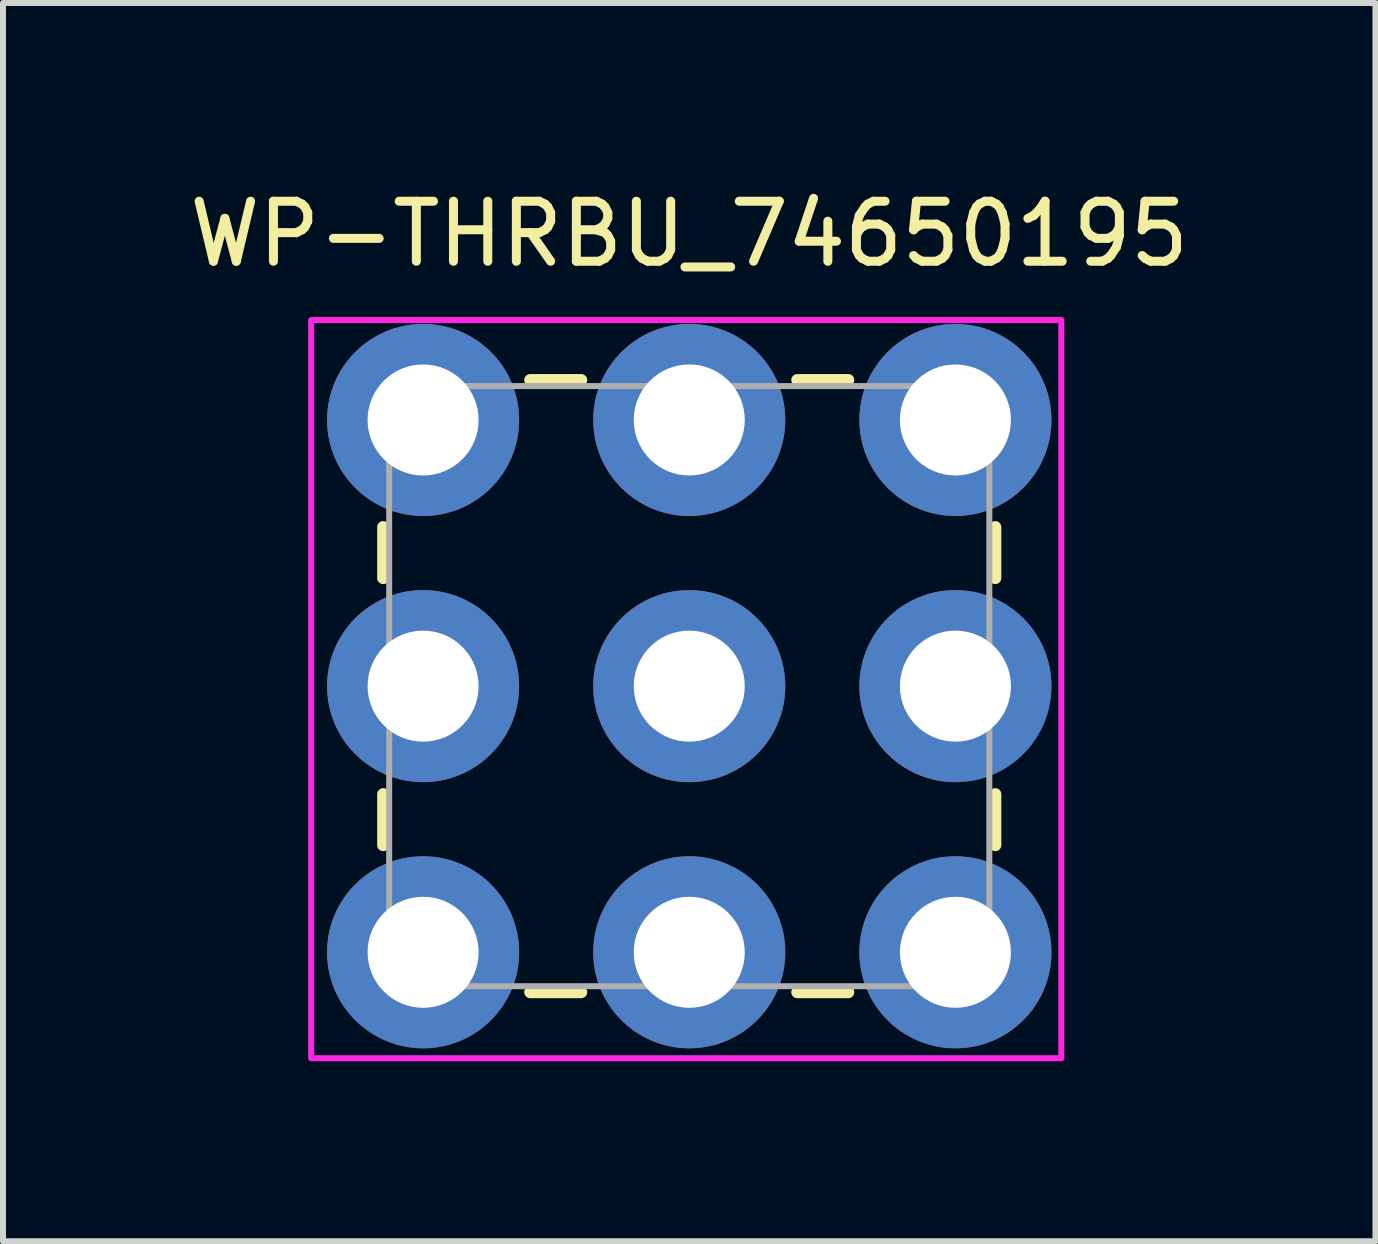
<source format=kicad_pcb>
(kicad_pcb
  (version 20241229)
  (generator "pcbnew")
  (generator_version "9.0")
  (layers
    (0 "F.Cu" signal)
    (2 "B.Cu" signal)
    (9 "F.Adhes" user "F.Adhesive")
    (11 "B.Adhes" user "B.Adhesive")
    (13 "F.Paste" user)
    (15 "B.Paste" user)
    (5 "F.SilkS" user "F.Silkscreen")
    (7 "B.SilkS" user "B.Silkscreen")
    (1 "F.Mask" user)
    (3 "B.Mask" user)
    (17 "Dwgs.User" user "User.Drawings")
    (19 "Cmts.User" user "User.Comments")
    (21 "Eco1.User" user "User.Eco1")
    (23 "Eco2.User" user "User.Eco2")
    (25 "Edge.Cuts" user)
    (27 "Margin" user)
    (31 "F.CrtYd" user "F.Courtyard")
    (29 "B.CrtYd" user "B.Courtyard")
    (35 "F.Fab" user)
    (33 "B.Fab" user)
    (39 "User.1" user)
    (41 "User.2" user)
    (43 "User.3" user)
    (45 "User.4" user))
  (footprint "WP-THRBU_74650195"
    (layer "F.Cu")
    (at 8.435 8.383)
    (property "Reference" "WP-THRBU_74650195" (at 0 -7.535 0) (layer "F.SilkS") (effects (font (size 1 1) (thickness 0.15))))
    (attr through_hole)
    (fp_line (start -5.1 -1.8) (end -5.1 -2.65) (stroke (width 0.2) (type solid)) (layer "F.SilkS"))
    (fp_line (start -5.1 2.65) (end -5.1 1.8) (stroke (width 0.2) (type solid)) (layer "F.SilkS"))
    (fp_line (start -2.65 -5.1) (end -1.8 -5.1) (stroke (width 0.2) (type solid)) (layer "F.SilkS"))
    (fp_line (start -1.8 5.1) (end -2.65 5.1) (stroke (width 0.2) (type solid)) (layer "F.SilkS"))
    (fp_line (start 1.8 -5.1) (end 2.65 -5.1) (stroke (width 0.2) (type solid)) (layer "F.SilkS"))
    (fp_line (start 2.65 5.1) (end 1.8 5.1) (stroke (width 0.2) (type solid)) (layer "F.SilkS"))
    (fp_line (start 5.1 -2.65) (end 5.1 -1.8) (stroke (width 0.2) (type solid)) (layer "F.SilkS"))
    (fp_line (start 5.1 1.8) (end 5.1 2.65) (stroke (width 0.2) (type solid)) (layer "F.SilkS"))
    (fp_circle (center -4.435 -4.435) (end -3.685 -4.435) (stroke (width 1.6) (type solid)) (fill no) (layer "F.Paste"))
    (fp_circle (center -4.435 0) (end -3.685 0) (stroke (width 1.6) (type solid)) (fill no) (layer "F.Paste"))
    (fp_circle (center -4.435 4.435) (end -3.685 4.435) (stroke (width 1.6) (type solid)) (fill no) (layer "F.Paste"))
    (fp_circle (center 0 -4.435) (end 0.75 -4.435) (stroke (width 1.6) (type solid)) (fill no) (layer "F.Paste"))
    (fp_circle (center 0 0) (end 0.75 0) (stroke (width 1.6) (type solid)) (fill no) (layer "F.Paste"))
    (fp_circle (center 0 4.435) (end 0.75 4.435) (stroke (width 1.6) (type solid)) (fill no) (layer "F.Paste"))
    (fp_circle (center 4.435 -4.435) (end 5.185 -4.435) (stroke (width 1.6) (type solid)) (fill no) (layer "F.Paste"))
    (fp_circle (center 4.435 0) (end 5.185 0) (stroke (width 1.6) (type solid)) (fill no) (layer "F.Paste"))
    (fp_circle (center 4.435 4.435) (end 5.185 4.435) (stroke (width 1.6) (type solid)) (fill no) (layer "F.Paste"))
    (fp_poly (pts (xy -6.3 -6.1) (xy 6.2 -6.1) (xy 6.2 6.2) (xy -6.3 6.2)) (stroke (width 0.1) (type solid)) (fill no) (layer "F.CrtYd"))
    (fp_line (start -5 -5) (end 5 -5) (stroke (width 0.1) (type solid)) (layer "F.Fab"))
    (fp_line (start -5 5) (end -5 -5) (stroke (width 0.1) (type solid)) (layer "F.Fab"))
    (fp_line (start 5 -5) (end 5 5) (stroke (width 0.1) (type solid)) (layer "F.Fab"))
    (fp_line (start 5 5) (end -5 5) (stroke (width 0.1) (type solid)) (layer "F.Fab"))
    (pad "1" thru_hole circle (at -4.435 4.435) (size 3.2 3.2) (drill 1.85) (layers "*.Cu" "*.Mask"))
    (pad "2" thru_hole circle (at -4.435 -4.435) (size 3.2 3.2) (drill 1.85) (layers "*.Cu" "*.Mask"))
    (pad "3" thru_hole circle (at 4.435 -4.435) (size 3.2 3.2) (drill 1.85) (layers "*.Cu" "*.Mask"))
    (pad "4" thru_hole circle (at 4.435 4.435) (size 3.2 3.2) (drill 1.85) (layers "*.Cu" "*.Mask"))
    (pad "5" thru_hole circle (at -4.435 0) (size 3.2 3.2) (drill 1.85) (layers "*.Cu" "*.Mask"))
    (pad "6" thru_hole circle (at 4.435 0) (size 3.2 3.2) (drill 1.85) (layers "*.Cu" "*.Mask"))
    (pad "7" thru_hole circle (at 0 4.435) (size 3.2 3.2) (drill 1.85) (layers "*.Cu" "*.Mask"))
    (pad "8" thru_hole circle (at 0 0) (size 3.2 3.2) (drill 1.85) (layers "*.Cu" "*.Mask"))
    (pad "9" thru_hole circle (at 0 -4.435) (size 3.2 3.2) (drill 1.85) (layers "*.Cu" "*.Mask")))
  (gr_rect
    (start -3 -3)
    (end 19.869 17.633)
    (stroke (width 0.1) (type default))
    (fill no)
    (layer "Edge.Cuts")))
</source>
